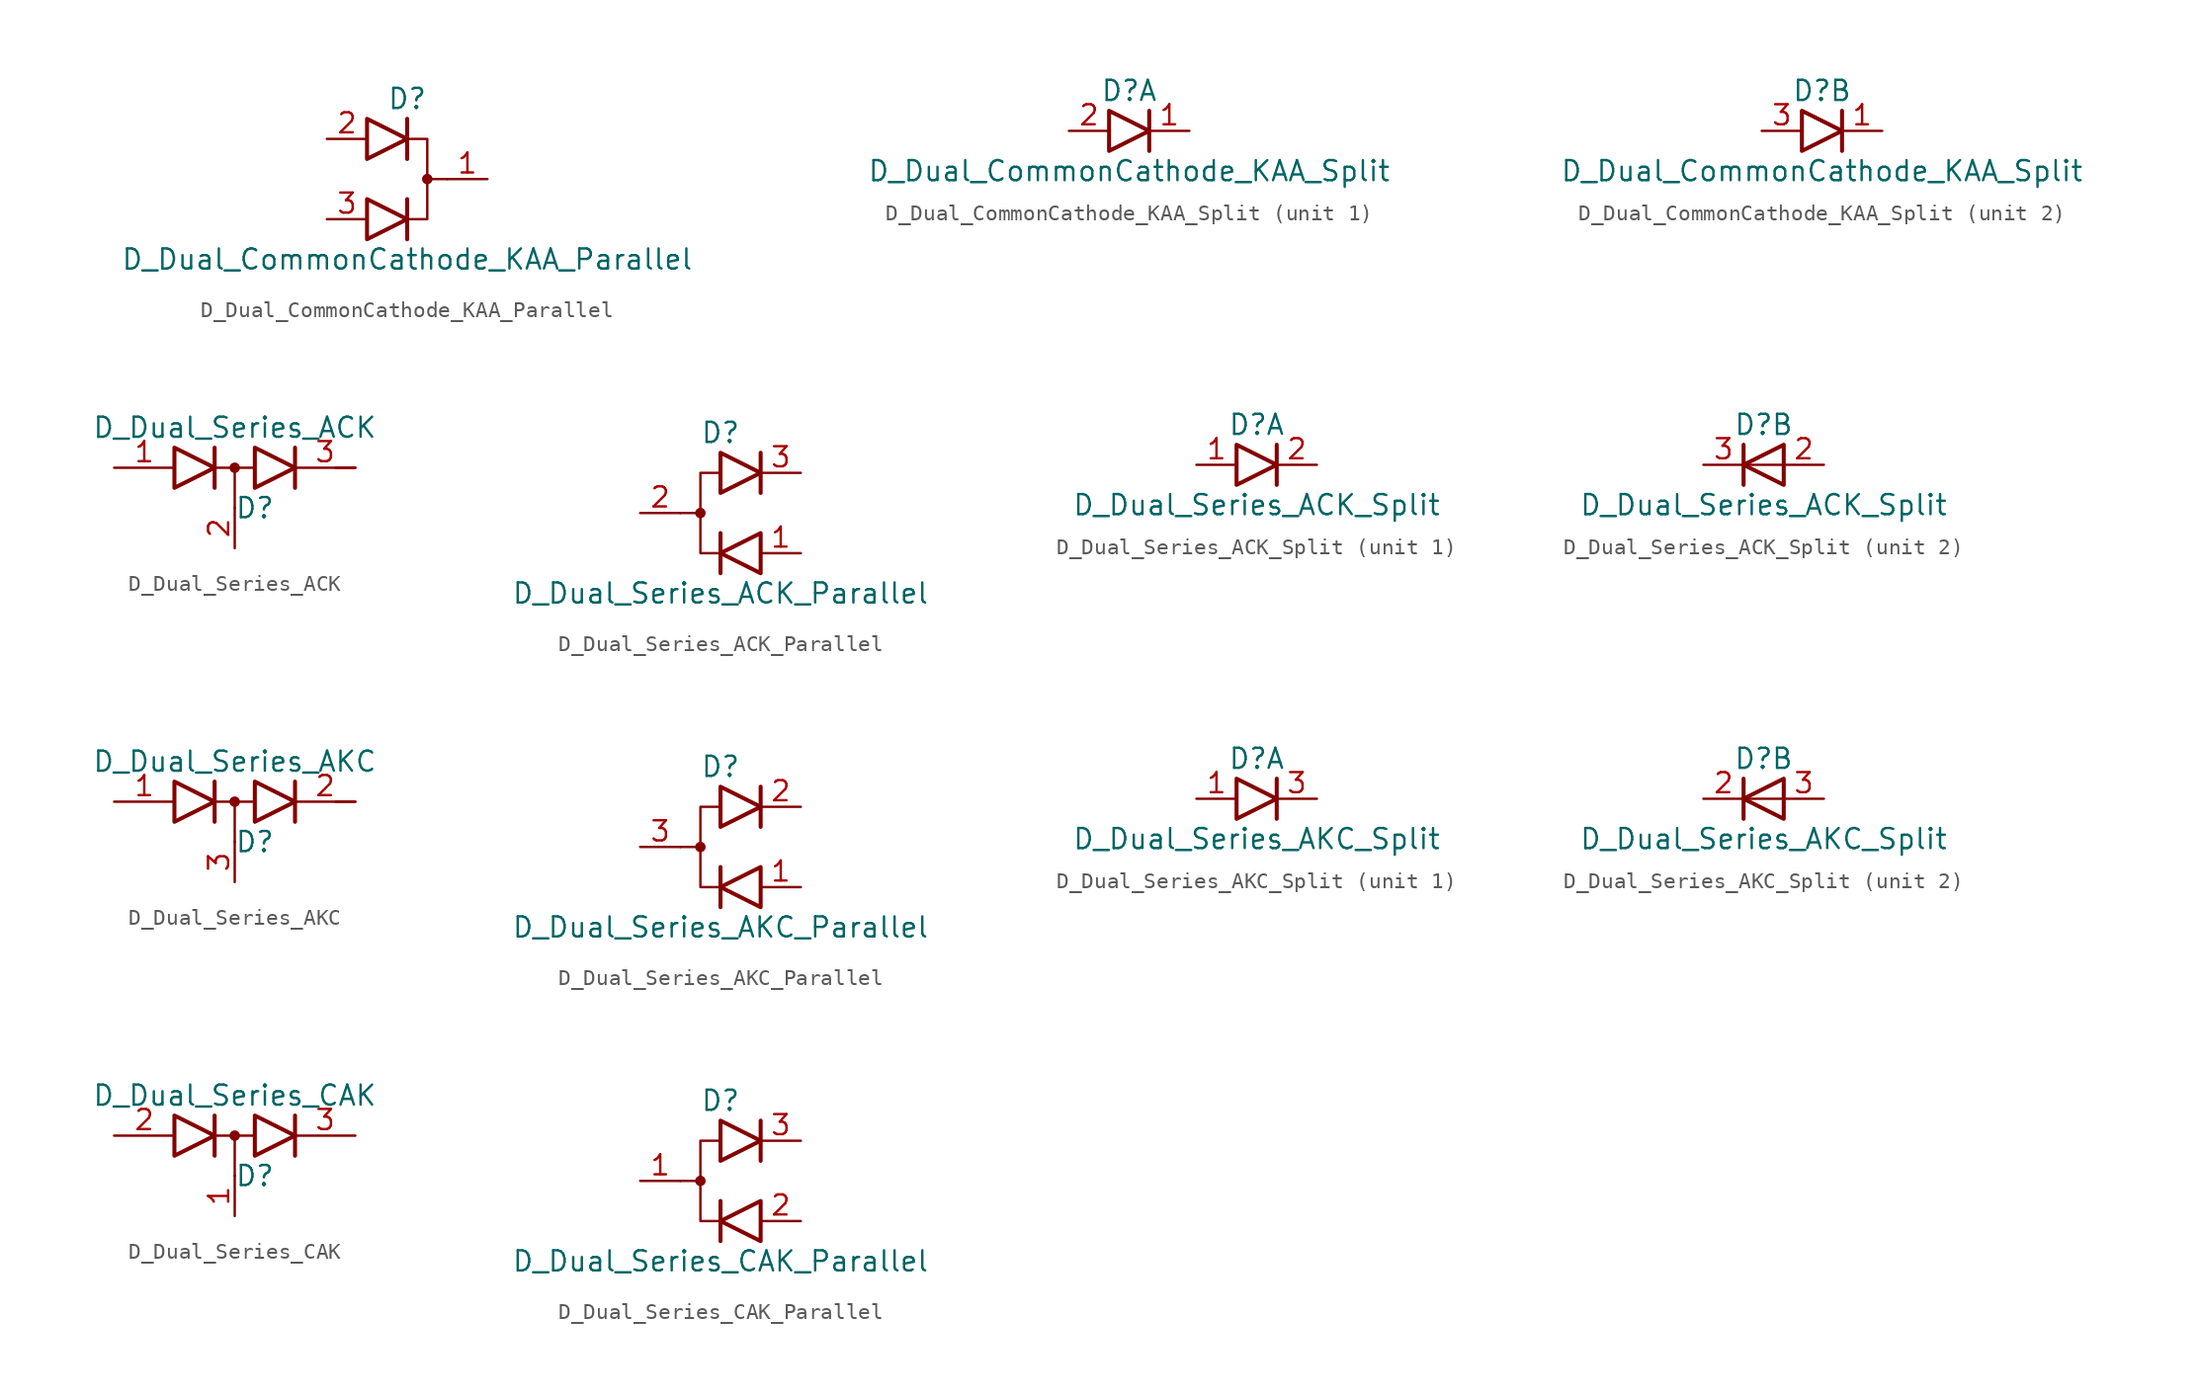
<source format=kicad_sym>
(kicad_symbol_lib
  (version 20241209)
  (generator "kicad_symbol_editor")
  (generator_version "9.0")
  (symbol "D_Dual_CommonCathode_KAA_Parallel"
    (pin_names
      (offset 0.762)
      (hide yes))
    (property "Reference" "D"
      (at 0 5.08 0)
      (effects (font (size 1.27 1.27))))
    (property "Value" "D_Dual_CommonCathode_KAA_Parallel"
      (at 0 -5.08 0)
      (effects (font (size 1.27 1.27))))
    (symbol "D_Dual_CommonCathode_KAA_Parallel_0_0"
      (polyline (pts (xy 0 3.81) (xy 0 1.27)) (stroke (width 0.254) (type default)) (fill (type none)))
      (polyline (pts (xy 0 -1.27) (xy 0 -3.81)) (stroke (width 0.254) (type default)) (fill (type none))))
    (symbol "D_Dual_CommonCathode_KAA_Parallel_0_1"
      (polyline (pts (xy -2.54 3.81) (xy 0 2.54) (xy -2.54 1.27) (xy -2.54 3.81) (xy -2.54 3.81) (xy -2.54 3.81)) (stroke (width 0.254) (type default)) (fill (type none)))
      (polyline (pts (xy -2.54 -1.27) (xy 0 -2.54) (xy -2.54 -3.81) (xy -2.54 -1.27) (xy -2.54 -1.27) (xy -2.54 -1.27)) (stroke (width 0.254) (type default)) (fill (type none)))
      (polyline (pts (xy 0 -2.54) (xy 1.27 -2.54) (xy 1.27 2.54) (xy 0 2.54)) (stroke (width 0) (type default)) (fill (type none)))
      (polyline (pts (xy 1.27 0) (xy 2.54 0)) (stroke (width 0) (type default)) (fill (type none)))
      (circle (center 1.27 0) (radius 0.254) (stroke (width 0) (type default)) (fill (type outline)))
      (pin passive line (at -5.08 2.54 0) (length 2.54) (name "A" (effects (font (size 1.27 1.27)))) (number "2" (effects (font (size 1.27 1.27)))))
      (pin passive line (at -5.08 -2.54 0) (length 2.54) (name "A" (effects (font (size 1.27 1.27)))) (number "3" (effects (font (size 1.27 1.27)))))
      (pin passive line (at 5.08 0 180) (length 2.54) (name "K" (effects (font (size 1.27 1.27)))) (number "1" (effects (font (size 1.27 1.27)))))))
  (symbol "D_Dual_CommonCathode_KAA_Split"
    (pin_names
      (offset 0.762)
      (hide yes))
    (property "Reference" "D"
      (at 0 2.54 0)
      (effects (font (size 1.27 1.27))))
    (property "Value" "D_Dual_CommonCathode_KAA_Split"
      (at 0 -2.54 0)
      (effects (font (size 1.27 1.27))))
    (property "ki_locked" ""
      (at 0 0 0)
      (effects (font (size 1.27 1.27))))
    (symbol "D_Dual_CommonCathode_KAA_Split_0_1"
      (polyline (pts (xy -1.27 1.27) (xy 1.27 0) (xy -1.27 -1.27) (xy -1.27 1.27) (xy -1.27 1.27) (xy -1.27 1.27)) (stroke (width 0.254) (type default)) (fill (type none)))
      (pin passive line (at 3.81 0 180) (length 2.54) (name "K" (effects (font (size 1.27 1.27)))) (number "1" (effects (font (size 1.27 1.27))))))
    (symbol "D_Dual_CommonCathode_KAA_Split_1_0"
      (polyline (pts (xy 1.27 1.27) (xy 1.27 -1.27)) (stroke (width 0.254) (type default)) (fill (type none))))
    (symbol "D_Dual_CommonCathode_KAA_Split_1_1"
      (pin passive line (at -3.81 0 0) (length 2.54) (name "A" (effects (font (size 1.27 1.27)))) (number "2" (effects (font (size 1.27 1.27))))))
    (symbol "D_Dual_CommonCathode_KAA_Split_2_0"
      (polyline (pts (xy 1.27 1.27) (xy 1.27 -1.27)) (stroke (width 0.254) (type default)) (fill (type none))))
    (symbol "D_Dual_CommonCathode_KAA_Split_2_1"
      (pin passive line (at -3.81 0 0) (length 2.54) (name "A" (effects (font (size 1.27 1.27)))) (number "3" (effects (font (size 1.27 1.27)))))))
  (symbol "D_Dual_Series_ACK"
    (pin_names
      (offset 0.762)
      (hide yes))
    (property "Reference" "D"
      (at 1.27 -2.54 0)
      (effects (font (size 1.27 1.27))))
    (property "Value" "D_Dual_Series_ACK"
      (at 0 2.54 0)
      (effects (font (size 1.27 1.27))))
    (symbol "D_Dual_Series_ACK_0_1"
      (polyline (pts (xy -3.81 1.27) (xy -1.27 0) (xy -3.81 -1.27) (xy -3.81 1.27) (xy -3.81 1.27) (xy -3.81 1.27)) (stroke (width 0.254) (type default)) (fill (type none)))
      (polyline (pts (xy -1.27 -1.27) (xy -1.27 1.27) (xy -1.27 1.27)) (stroke (width 0.254) (type default)) (fill (type none)))
      (polyline (pts (xy 0 0) (xy 0 -2.54)) (stroke (width 0) (type default)) (fill (type none)))
      (circle (center 0 0) (radius 0.254) (stroke (width 0) (type default)) (fill (type outline)))
      (polyline (pts (xy 1.27 1.27) (xy 3.81 0) (xy 1.27 -1.27) (xy 1.27 1.27) (xy 1.27 1.27) (xy 1.27 1.27)) (stroke (width 0.254) (type default)) (fill (type none)))
      (polyline (pts (xy 1.27 0) (xy -1.27 0)) (stroke (width 0) (type default)) (fill (type none)))
      (polyline (pts (xy 3.81 1.27) (xy 3.81 -1.27) (xy 3.81 -1.27)) (stroke (width 0.254) (type default)) (fill (type none)))
      (polyline (pts (xy 6.35 0) (xy 7.62 0)) (stroke (width 0) (type default)) (fill (type none)))
      (pin passive line (at -7.62 0 0) (length 3.81) (name "A" (effects (font (size 1.27 1.27)))) (number "1" (effects (font (size 1.27 1.27)))))
      (pin passive line (at 0 -5.08 90) (length 2.54) (name "common" (effects (font (size 1.27 1.27)))) (number "2" (effects (font (size 1.27 1.27)))))
      (pin passive line (at 7.62 0 180) (length 3.81) (name "K" (effects (font (size 1.27 1.27)))) (number "3" (effects (font (size 1.27 1.27)))))))
  (symbol "D_Dual_Series_ACK_Parallel"
    (pin_names
      (offset 0.762)
      (hide yes))
    (property "Reference" "D"
      (at 0 5.08 0)
      (effects (font (size 1.27 1.27))))
    (property "Value" "D_Dual_Series_ACK_Parallel"
      (at 0 -5.08 0)
      (effects (font (size 1.27 1.27))))
    (symbol "D_Dual_Series_ACK_Parallel_0_0"
      (polyline (pts (xy 0 -1.27) (xy 0 -3.81)) (stroke (width 0.254) (type default)) (fill (type none)))
      (polyline (pts (xy 2.54 3.81) (xy 2.54 1.27)) (stroke (width 0.254) (type default)) (fill (type none))))
    (symbol "D_Dual_Series_ACK_Parallel_0_1"
      (circle (center -1.27 0) (radius 0.254) (stroke (width 0) (type default)) (fill (type outline)))
      (polyline (pts (xy -1.27 0) (xy -2.54 0)) (stroke (width 0) (type default)) (fill (type none)))
      (polyline (pts (xy 0 3.81) (xy 2.54 2.54) (xy 0 1.27) (xy 0 3.81) (xy 0 3.81) (xy 0 3.81)) (stroke (width 0.254) (type default)) (fill (type none)))
      (polyline (pts (xy 0 2.54) (xy -1.27 2.54) (xy -1.27 -2.54) (xy 0 -2.54)) (stroke (width 0) (type default)) (fill (type none)))
      (polyline (pts (xy 2.54 -1.27) (xy 0 -2.54) (xy 2.54 -3.81) (xy 2.54 -1.27) (xy 2.54 -1.27) (xy 2.54 -1.27)) (stroke (width 0.254) (type default)) (fill (type none)))
      (pin passive line (at -5.08 0 0) (length 2.54) (name "common" (effects (font (size 1.27 1.27)))) (number "2" (effects (font (size 1.27 1.27)))))
      (pin passive line (at 5.08 2.54 180) (length 2.54) (name "K" (effects (font (size 1.27 1.27)))) (number "3" (effects (font (size 1.27 1.27)))))
      (pin passive line (at 5.08 -2.54 180) (length 2.54) (name "A" (effects (font (size 1.27 1.27)))) (number "1" (effects (font (size 1.27 1.27)))))))
  (symbol "D_Dual_Series_ACK_Split"
    (pin_names
      (offset 0.762)
      (hide yes))
    (property "Reference" "D"
      (at 0 2.54 0)
      (effects (font (size 1.27 1.27))))
    (property "Value" "D_Dual_Series_ACK_Split"
      (at 0 -2.54 0)
      (effects (font (size 1.27 1.27))))
    (property "ki_locked" ""
      (at 0 0 0)
      (effects (font (size 1.27 1.27))))
    (symbol "D_Dual_Series_ACK_Split_0_1"
      (pin passive line (at 3.81 0 180) (length 2.54) (name "common" (effects (font (size 1.27 1.27)))) (number "2" (effects (font (size 1.27 1.27))))))
    (symbol "D_Dual_Series_ACK_Split_1_0"
      (polyline (pts (xy 1.27 1.27) (xy 1.27 -1.27)) (stroke (width 0.254) (type default)) (fill (type none))))
    (symbol "D_Dual_Series_ACK_Split_1_1"
      (polyline (pts (xy -1.27 1.27) (xy 1.27 0) (xy -1.27 -1.27) (xy -1.27 1.27) (xy -1.27 1.27) (xy -1.27 1.27)) (stroke (width 0.254) (type default)) (fill (type none)))
      (pin passive line (at -3.81 0 0) (length 2.54) (name "A" (effects (font (size 1.27 1.27)))) (number "1" (effects (font (size 1.27 1.27))))))
    (symbol "D_Dual_Series_ACK_Split_2_0"
      (polyline (pts (xy -1.27 1.27) (xy -1.27 -1.27)) (stroke (width 0.254) (type default)) (fill (type none))))
    (symbol "D_Dual_Series_ACK_Split_2_1"
      (polyline (pts (xy -1.27 0) (xy 1.27 0)) (stroke (width 0) (type default)) (fill (type none)))
      (polyline (pts (xy 1.27 1.27) (xy -1.27 0) (xy 1.27 -1.27) (xy 1.27 1.27) (xy 1.27 1.27) (xy 1.27 1.27)) (stroke (width 0.254) (type default)) (fill (type none)))
      (pin passive line (at -3.81 0 0) (length 2.54) (name "K" (effects (font (size 1.27 1.27)))) (number "3" (effects (font (size 1.27 1.27)))))))
  (symbol "D_Dual_Series_AKC"
    (pin_names
      (offset 0.762)
      (hide yes))
    (property "Reference" "D"
      (at 1.27 -2.54 0)
      (effects (font (size 1.27 1.27))))
    (property "Value" "D_Dual_Series_AKC"
      (at 0 2.54 0)
      (effects (font (size 1.27 1.27))))
    (symbol "D_Dual_Series_AKC_0_1"
      (polyline (pts (xy -3.81 1.27) (xy -1.27 0) (xy -3.81 -1.27) (xy -3.81 1.27) (xy -3.81 1.27) (xy -3.81 1.27)) (stroke (width 0.254) (type default)) (fill (type none)))
      (polyline (pts (xy -1.27 0) (xy 1.27 0)) (stroke (width 0) (type default)) (fill (type none)))
      (polyline (pts (xy -1.27 -1.27) (xy -1.27 1.27) (xy -1.27 1.27)) (stroke (width 0.254) (type default)) (fill (type none)))
      (polyline (pts (xy 0 0) (xy 0 -2.54)) (stroke (width 0) (type default)) (fill (type none)))
      (circle (center 0 0) (radius 0.254) (stroke (width 0) (type default)) (fill (type outline)))
      (polyline (pts (xy 1.27 1.27) (xy 3.81 0) (xy 1.27 -1.27) (xy 1.27 1.27) (xy 1.27 1.27) (xy 1.27 1.27)) (stroke (width 0.254) (type default)) (fill (type none)))
      (polyline (pts (xy 3.81 1.27) (xy 3.81 -1.27) (xy 3.81 -1.27)) (stroke (width 0.254) (type default)) (fill (type none)))
      (polyline (pts (xy 6.35 0) (xy 7.62 0)) (stroke (width 0) (type default)) (fill (type none)))
      (pin passive line (at -7.62 0 0) (length 3.81) (name "A" (effects (font (size 1.27 1.27)))) (number "1" (effects (font (size 1.27 1.27)))))
      (pin passive line (at 0 -5.08 90) (length 2.54) (name "common" (effects (font (size 1.27 1.27)))) (number "3" (effects (font (size 1.27 1.27)))))
      (pin passive line (at 7.62 0 180) (length 3.81) (name "K" (effects (font (size 1.27 1.27)))) (number "2" (effects (font (size 1.27 1.27)))))))
  (symbol "D_Dual_Series_AKC_Parallel"
    (pin_names
      (offset 0.762)
      (hide yes))
    (property "Reference" "D"
      (at 0 5.08 0)
      (effects (font (size 1.27 1.27))))
    (property "Value" "D_Dual_Series_AKC_Parallel"
      (at 0 -5.08 0)
      (effects (font (size 1.27 1.27))))
    (symbol "D_Dual_Series_AKC_Parallel_0_0"
      (polyline (pts (xy 0 -1.27) (xy 0 -3.81)) (stroke (width 0.254) (type default)) (fill (type none)))
      (polyline (pts (xy 2.54 3.81) (xy 2.54 1.27)) (stroke (width 0.254) (type default)) (fill (type none))))
    (symbol "D_Dual_Series_AKC_Parallel_0_1"
      (circle (center -1.27 0) (radius 0.254) (stroke (width 0) (type default)) (fill (type outline)))
      (polyline (pts (xy -1.27 0) (xy -2.54 0)) (stroke (width 0) (type default)) (fill (type none)))
      (polyline (pts (xy 0 3.81) (xy 2.54 2.54) (xy 0 1.27) (xy 0 3.81) (xy 0 3.81) (xy 0 3.81)) (stroke (width 0.254) (type default)) (fill (type none)))
      (polyline (pts (xy 0 2.54) (xy -1.27 2.54) (xy -1.27 -2.54) (xy 0 -2.54)) (stroke (width 0) (type default)) (fill (type none)))
      (polyline (pts (xy 2.54 -1.27) (xy 0 -2.54) (xy 2.54 -3.81) (xy 2.54 -1.27) (xy 2.54 -1.27) (xy 2.54 -1.27)) (stroke (width 0.254) (type default)) (fill (type none)))
      (pin passive line (at -5.08 0 0) (length 2.54) (name "common" (effects (font (size 1.27 1.27)))) (number "3" (effects (font (size 1.27 1.27)))))
      (pin passive line (at 5.08 2.54 180) (length 2.54) (name "K" (effects (font (size 1.27 1.27)))) (number "2" (effects (font (size 1.27 1.27)))))
      (pin passive line (at 5.08 -2.54 180) (length 2.54) (name "A" (effects (font (size 1.27 1.27)))) (number "1" (effects (font (size 1.27 1.27)))))))
  (symbol "D_Dual_Series_AKC_Split"
    (pin_names
      (offset 0.762)
      (hide yes))
    (property "Reference" "D"
      (at 0 2.54 0)
      (effects (font (size 1.27 1.27))))
    (property "Value" "D_Dual_Series_AKC_Split"
      (at 0 -2.54 0)
      (effects (font (size 1.27 1.27))))
    (property "ki_locked" ""
      (at 0 0 0)
      (effects (font (size 1.27 1.27))))
    (symbol "D_Dual_Series_AKC_Split_0_1"
      (pin passive line (at 3.81 0 180) (length 2.54) (name "K" (effects (font (size 1.27 1.27)))) (number "3" (effects (font (size 1.27 1.27))))))
    (symbol "D_Dual_Series_AKC_Split_1_0"
      (polyline (pts (xy 1.27 1.27) (xy 1.27 -1.27)) (stroke (width 0.254) (type default)) (fill (type none))))
    (symbol "D_Dual_Series_AKC_Split_1_1"
      (polyline (pts (xy -1.27 1.27) (xy 1.27 0) (xy -1.27 -1.27) (xy -1.27 1.27) (xy -1.27 1.27) (xy -1.27 1.27)) (stroke (width 0.254) (type default)) (fill (type none)))
      (pin passive line (at -3.81 0 0) (length 2.54) (name "A" (effects (font (size 1.27 1.27)))) (number "1" (effects (font (size 1.27 1.27))))))
    (symbol "D_Dual_Series_AKC_Split_2_0"
      (polyline (pts (xy -1.27 1.27) (xy -1.27 -1.27)) (stroke (width 0.254) (type default)) (fill (type none))))
    (symbol "D_Dual_Series_AKC_Split_2_1"
      (polyline (pts (xy -1.27 0) (xy 1.27 0)) (stroke (width 0) (type default)) (fill (type none)))
      (polyline (pts (xy 1.27 1.27) (xy -1.27 0) (xy 1.27 -1.27) (xy 1.27 1.27) (xy 1.27 1.27) (xy 1.27 1.27)) (stroke (width 0.254) (type default)) (fill (type none)))
      (pin passive line (at -3.81 0 0) (length 2.54) (name "common" (effects (font (size 1.27 1.27)))) (number "2" (effects (font (size 1.27 1.27)))))))
  (symbol "D_Dual_Series_CAK"
    (pin_names
      (offset 0.762)
      (hide yes))
    (property "Reference" "D"
      (at 1.27 -2.54 0)
      (effects (font (size 1.27 1.27))))
    (property "Value" "D_Dual_Series_CAK"
      (at 0 2.54 0)
      (effects (font (size 1.27 1.27))))
    (symbol "D_Dual_Series_CAK_0_1"
      (polyline (pts (xy -3.81 1.27) (xy -1.27 0) (xy -3.81 -1.27) (xy -3.81 1.27) (xy -3.81 1.27) (xy -3.81 1.27)) (stroke (width 0.254) (type default)) (fill (type none)))
      (polyline (pts (xy -1.27 -1.27) (xy -1.27 1.27) (xy -1.27 1.27)) (stroke (width 0.254) (type default)) (fill (type none)))
      (polyline (pts (xy 0 0) (xy 0 -2.54)) (stroke (width 0) (type default)) (fill (type none)))
      (circle (center 0 0) (radius 0.254) (stroke (width 0) (type default)) (fill (type outline)))
      (polyline (pts (xy 1.27 1.27) (xy 3.81 0) (xy 1.27 -1.27) (xy 1.27 1.27) (xy 1.27 1.27) (xy 1.27 1.27)) (stroke (width 0.254) (type default)) (fill (type none)))
      (polyline (pts (xy 1.27 0) (xy -1.27 0)) (stroke (width 0) (type default)) (fill (type none)))
      (polyline (pts (xy 3.81 1.27) (xy 3.81 -1.27) (xy 3.81 -1.27)) (stroke (width 0.254) (type default)) (fill (type none)))
      (pin passive line (at -7.62 0 0) (length 3.81) (name "A" (effects (font (size 1.27 1.27)))) (number "2" (effects (font (size 1.27 1.27)))))
      (pin passive line (at 0 -5.08 90) (length 2.54) (name "common" (effects (font (size 1.27 1.27)))) (number "1" (effects (font (size 1.27 1.27)))))
      (pin passive line (at 7.62 0 180) (length 3.81) (name "K" (effects (font (size 1.27 1.27)))) (number "3" (effects (font (size 1.27 1.27)))))))
  (symbol "D_Dual_Series_CAK_Parallel"
    (pin_names
      (offset 0.762)
      (hide yes))
    (property "Reference" "D"
      (at 0 5.08 0)
      (effects (font (size 1.27 1.27))))
    (property "Value" "D_Dual_Series_CAK_Parallel"
      (at 0 -5.08 0)
      (effects (font (size 1.27 1.27))))
    (symbol "D_Dual_Series_CAK_Parallel_0_0"
      (polyline (pts (xy 0 -1.27) (xy 0 -3.81)) (stroke (width 0.254) (type default)) (fill (type none)))
      (polyline (pts (xy 2.54 3.81) (xy 2.54 1.27)) (stroke (width 0.254) (type default)) (fill (type none))))
    (symbol "D_Dual_Series_CAK_Parallel_0_1"
      (circle (center -1.27 0) (radius 0.254) (stroke (width 0) (type default)) (fill (type outline)))
      (polyline (pts (xy -1.27 0) (xy -2.54 0)) (stroke (width 0) (type default)) (fill (type none)))
      (polyline (pts (xy 0 3.81) (xy 2.54 2.54) (xy 0 1.27) (xy 0 3.81) (xy 0 3.81) (xy 0 3.81)) (stroke (width 0.254) (type default)) (fill (type none)))
      (polyline (pts (xy 0 2.54) (xy -1.27 2.54) (xy -1.27 -2.54) (xy 0 -2.54)) (stroke (width 0) (type default)) (fill (type none)))
      (polyline (pts (xy 2.54 -1.27) (xy 0 -2.54) (xy 2.54 -3.81) (xy 2.54 -1.27) (xy 2.54 -1.27) (xy 2.54 -1.27)) (stroke (width 0.254) (type default)) (fill (type none)))
      (pin passive line (at -5.08 0 0) (length 2.54) (name "common" (effects (font (size 1.27 1.27)))) (number "1" (effects (font (size 1.27 1.27)))))
      (pin passive line (at 5.08 2.54 180) (length 2.54) (name "K" (effects (font (size 1.27 1.27)))) (number "3" (effects (font (size 1.27 1.27)))))
      (pin passive line (at 5.08 -2.54 180) (length 2.54) (name "A" (effects (font (size 1.27 1.27)))) (number "2" (effects (font (size 1.27 1.27))))))))
</source>
